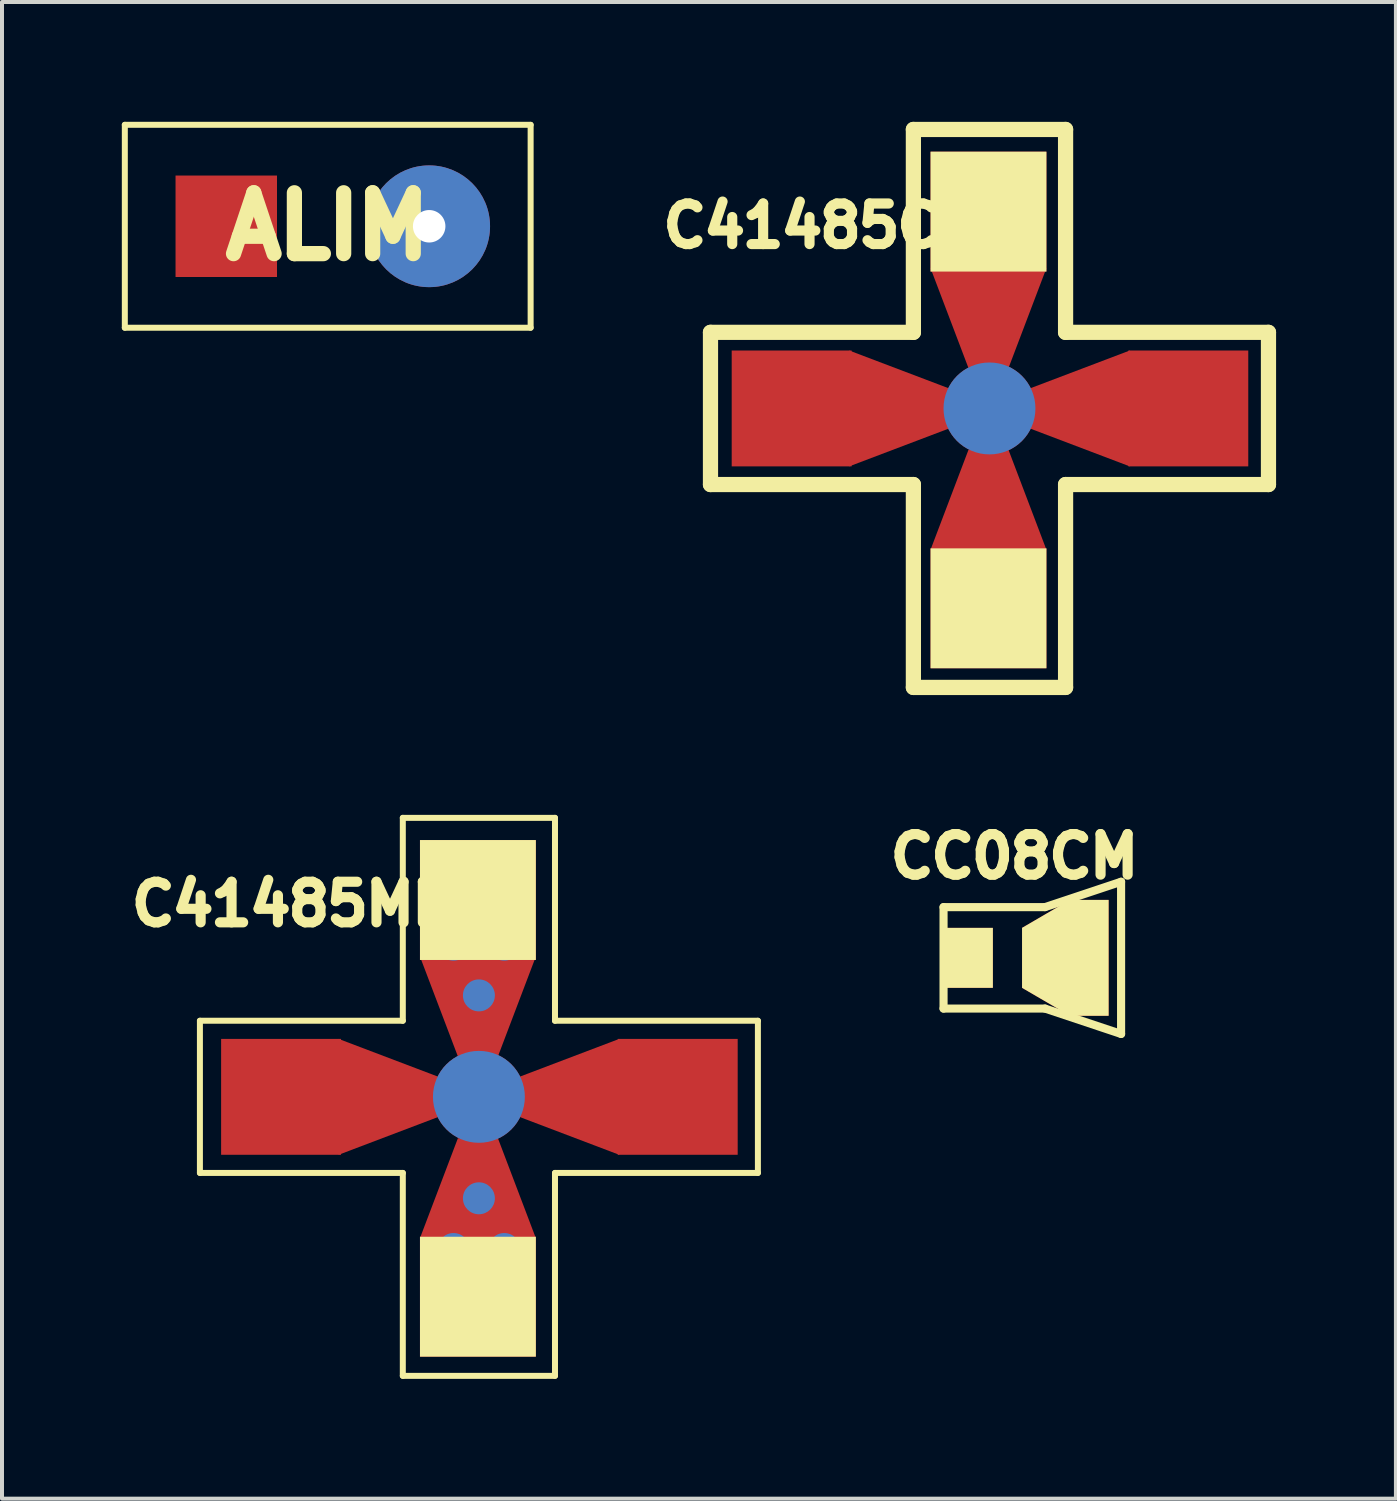
<source format=kicad_pcb>
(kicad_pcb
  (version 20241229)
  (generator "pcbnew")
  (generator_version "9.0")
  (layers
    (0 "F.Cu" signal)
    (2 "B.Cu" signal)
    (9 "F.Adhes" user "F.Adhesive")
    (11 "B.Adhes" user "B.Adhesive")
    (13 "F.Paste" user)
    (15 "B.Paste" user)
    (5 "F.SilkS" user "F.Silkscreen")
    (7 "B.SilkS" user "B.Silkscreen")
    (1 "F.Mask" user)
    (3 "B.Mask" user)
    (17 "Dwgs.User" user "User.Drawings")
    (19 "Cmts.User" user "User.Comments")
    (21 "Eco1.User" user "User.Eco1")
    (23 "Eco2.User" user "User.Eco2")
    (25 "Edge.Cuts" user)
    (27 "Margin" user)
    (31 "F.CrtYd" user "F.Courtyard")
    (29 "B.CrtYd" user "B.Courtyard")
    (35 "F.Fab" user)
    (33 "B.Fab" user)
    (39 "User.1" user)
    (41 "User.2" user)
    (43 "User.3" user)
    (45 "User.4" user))
  (footprint "C41485MM"
    (layer "F.Cu")
    (at 8.94 24.411)
    (property "Reference" "C41485MM" (at -4.572 -4.826 0) (layer "F.SilkS") (effects (font (size 1.016 1.016) (thickness 0.305))))
    (attr through_hole)
    (fp_line (start -6.985 -1.905) (end -6.985 1.905) (stroke (width 0.15) (type solid)) (layer "F.SilkS"))
    (fp_line (start -6.985 1.905) (end -1.905 1.905) (stroke (width 0.15) (type solid)) (layer "F.SilkS"))
    (fp_line (start -1.905 -6.985) (end -1.905 -1.905) (stroke (width 0.15) (type solid)) (layer "F.SilkS"))
    (fp_line (start -1.905 -1.905) (end -6.985 -1.905) (stroke (width 0.15) (type solid)) (layer "F.SilkS"))
    (fp_line (start -1.905 1.905) (end -1.905 6.985) (stroke (width 0.15) (type solid)) (layer "F.SilkS"))
    (fp_line (start -1.905 6.985) (end 1.905 6.985) (stroke (width 0.15) (type solid)) (layer "F.SilkS"))
    (fp_line (start 1.905 -6.985) (end -1.905 -6.985) (stroke (width 0.15) (type solid)) (layer "F.SilkS"))
    (fp_line (start 1.905 -1.905) (end 1.905 -6.985) (stroke (width 0.15) (type solid)) (layer "F.SilkS"))
    (fp_line (start 1.905 1.905) (end 6.985 1.905) (stroke (width 0.15) (type solid)) (layer "F.SilkS"))
    (fp_line (start 1.905 6.985) (end 1.905 1.905) (stroke (width 0.15) (type solid)) (layer "F.SilkS"))
    (fp_line (start 6.985 -1.905) (end 1.905 -1.905) (stroke (width 0.15) (type solid)) (layer "F.SilkS"))
    (fp_line (start 6.985 1.905) (end 6.985 -1.905) (stroke (width 0.15) (type solid)) (layer "F.SilkS"))
    (pad "" thru_hole circle (at 0 0) (size 2.301 2.301) (drill 0.000001) (layers "*.Cu" "*.Mask"))
    (pad "1" smd rect (at -4.953 0) (size 3.002 2.901) (layers "F.Cu" "F.Mask" "F.Paste" "In14.Cu"))
    (pad "1" smd trapezoid (at -2.261 0) (size 2.502 1.951) (rect_delta 0.95 0) (layers "F.Cu" "F.Mask" "F.Paste" "In14.Cu"))
    (pad "2" thru_hole circle (at -0.635 3.81) (size 0.8 0.8) (drill 0.000001) (layers "*.Cu" "*.Mask"))
    (pad "2" smd trapezoid (at -0.025 2.286) (size 1.951 2.502) (rect_delta 0 0.95) (layers "F.Cu" "F.Mask" "F.Paste" "In14.Cu"))
    (pad "2" smd rect (at -0.025 5.004) (size 2.901 3.002) (layers "F.Cu" "F.Mask" "F.SilkS" "F.Paste" "In10.Cu" "In13.Cu" "In14.Cu"))
    (pad "2" thru_hole circle (at 0 2.54) (size 0.8 0.8) (drill 0.000001) (layers "*.Cu" "*.Mask"))
    (pad "2" thru_hole circle (at 0.635 3.81) (size 0.8 0.8) (drill 0.000001) (layers "*.Cu" "*.Mask"))
    (pad "3" smd trapezoid (at 2.261 0) (size 2.502 1.951) (rect_delta -0.95 0) (layers "F.Cu" "F.Mask" "F.Paste" "In14.Cu"))
    (pad "3" smd rect (at 4.978 0) (size 3.002 2.901) (layers "F.Cu" "F.Mask" "F.Paste" "In14.Cu"))
    (pad "4" thru_hole circle (at -0.635 -3.81) (size 0.8 0.8) (drill 0.000001) (layers "*.Cu" "*.Mask"))
    (pad "4" smd rect (at -0.025 -4.928) (size 2.901 3.002) (layers "F.Cu" "F.Mask" "F.SilkS" "F.Paste" "In10.Cu" "In13.Cu" "In14.Cu"))
    (pad "4" smd trapezoid (at -0.025 -2.261) (size 1.951 2.502) (rect_delta 0 -0.95) (layers "F.Cu" "F.Mask" "F.Paste" "In14.Cu"))
    (pad "4" thru_hole circle (at 0 -2.54) (size 0.8 0.8) (drill 0.000001) (layers "*.Cu" "*.Mask"))
    (pad "4" thru_hole circle (at 0.635 -3.81) (size 0.8 0.8) (drill 0.000001) (layers "*.Cu" "*.Mask")))
  (footprint "C41485CC"
    (layer "F.Cu")
    (at 21.723 7.176)
    (property "Reference" "C41485CC" (at -4.191 -4.572 0) (layer "F.SilkS") (effects (font (size 1.016 1.016) (thickness 0.305))))
    (attr through_hole)
    (fp_line (start -6.985 -1.905) (end -6.985 1.905) (stroke (width 0.381) (type solid)) (layer "F.SilkS"))
    (fp_line (start -6.985 1.905) (end -1.905 1.905) (stroke (width 0.381) (type solid)) (layer "F.SilkS"))
    (fp_line (start -1.905 -6.985) (end -1.905 -1.905) (stroke (width 0.381) (type solid)) (layer "F.SilkS"))
    (fp_line (start -1.905 -1.905) (end -6.985 -1.905) (stroke (width 0.381) (type solid)) (layer "F.SilkS"))
    (fp_line (start -1.905 1.905) (end -1.905 6.985) (stroke (width 0.381) (type solid)) (layer "F.SilkS"))
    (fp_line (start -1.905 6.985) (end 1.905 6.985) (stroke (width 0.381) (type solid)) (layer "F.SilkS"))
    (fp_line (start 1.905 -6.985) (end -1.905 -6.985) (stroke (width 0.381) (type solid)) (layer "F.SilkS"))
    (fp_line (start 1.905 -1.905) (end 1.905 -6.985) (stroke (width 0.381) (type solid)) (layer "F.SilkS"))
    (fp_line (start 1.905 1.905) (end 6.985 1.905) (stroke (width 0.381) (type solid)) (layer "F.SilkS"))
    (fp_line (start 1.905 6.985) (end 1.905 1.905) (stroke (width 0.381) (type solid)) (layer "F.SilkS"))
    (fp_line (start 6.985 -1.905) (end 1.905 -1.905) (stroke (width 0.381) (type solid)) (layer "F.SilkS"))
    (fp_line (start 6.985 1.905) (end 6.985 -1.905) (stroke (width 0.381) (type solid)) (layer "F.SilkS"))
    (pad "" thru_hole circle (at 0 0) (size 2.301 2.301) (drill 0.000001) (layers "*.Cu" "*.Mask"))
    (pad "1" smd rect (at -4.953 0) (size 3.002 2.901) (layers "F.Cu" "F.Mask" "F.Paste" "In14.Cu"))
    (pad "1" smd trapezoid (at -2.261 0) (size 2.502 1.951) (rect_delta 0.95 0) (layers "F.Cu" "F.Mask" "F.Paste" "In14.Cu"))
    (pad "2" smd trapezoid (at -0.025 2.286) (size 1.951 2.502) (rect_delta 0 0.95) (layers "F.Cu" "F.Mask" "F.Paste" "In14.Cu"))
    (pad "2" smd rect (at -0.025 5.004) (size 2.901 3.002) (layers "F.Cu" "F.Mask" "F.SilkS" "F.Paste" "In10.Cu" "In13.Cu" "In14.Cu"))
    (pad "3" smd trapezoid (at 2.261 0) (size 2.502 1.951) (rect_delta -0.95 0) (layers "F.Cu" "F.Mask" "F.Paste" "In14.Cu"))
    (pad "3" smd rect (at 4.978 0) (size 3.002 2.901) (layers "F.Cu" "F.Mask" "F.Paste" "In14.Cu"))
    (pad "4" smd rect (at -0.025 -4.928) (size 2.901 3.002) (layers "F.Cu" "F.Mask" "F.SilkS" "F.Paste" "In10.Cu" "In13.Cu" "In14.Cu"))
    (pad "4" smd trapezoid (at -0.025 -2.261) (size 1.951 2.502) (rect_delta 0 -0.95) (layers "F.Cu" "F.Mask" "F.Paste" "In14.Cu")))
  (footprint "ALIM"
    (layer "F.Cu")
    (at 5.155 2.615)
    (property "Reference" "ALIM" (at 0 0 0) (layer "F.SilkS") (effects (font (size 1.524 1.524) (thickness 0.381))))
    (attr through_hole)
    (fp_line (start -5.08 -2.54) (end 5.08 -2.54) (stroke (width 0.15) (type solid)) (layer "F.SilkS"))
    (fp_line (start -5.08 2.54) (end -5.08 -2.54) (stroke (width 0.15) (type solid)) (layer "F.SilkS"))
    (fp_line (start 5.08 -2.54) (end 5.08 2.54) (stroke (width 0.15) (type solid)) (layer "F.SilkS"))
    (fp_line (start 5.08 2.54) (end -5.08 2.54) (stroke (width 0.15) (type solid)) (layer "F.SilkS"))
    (pad "1" smd rect (at -2.54 0) (size 2.54 2.54) (layers "F.Cu" "F.Mask" "F.Paste"))
    (pad "2" thru_hole circle (at 2.54 0) (size 3.048 3.048) (drill 0.813) (layers "*.Cu")))
  (footprint "CC08CM"
    (layer "F.Cu")
    (at 22.478 20.931)
    (property "Reference" "CC08CM" (at -0.127 -2.54 0) (layer "F.SilkS") (effects (font (size 1.016 1.016) (thickness 0.305))))
    (attr through_hole)
    (fp_line (start -1.905 -1.27) (end -1.905 1.27) (stroke (width 0.203) (type solid)) (layer "F.SilkS"))
    (fp_line (start -1.905 1.27) (end 0.635 1.27) (stroke (width 0.203) (type solid)) (layer "F.SilkS"))
    (fp_line (start 0.635 -1.27) (end -1.905 -1.27) (stroke (width 0.203) (type solid)) (layer "F.SilkS"))
    (fp_line (start 0.635 1.27) (end 2.54 1.905) (stroke (width 0.203) (type solid)) (layer "F.SilkS"))
    (fp_line (start 2.54 -1.905) (end 0.635 -1.27) (stroke (width 0.203) (type solid)) (layer "F.SilkS"))
    (fp_line (start 2.54 1.905) (end 2.54 -1.905) (stroke (width 0.203) (type solid)) (layer "F.SilkS"))
    (pad "1" smd rect (at -1.27 0) (size 1.199 1.501) (layers "F.Cu" "F.Mask" "F.SilkS" "F.Paste"))
    (pad "2" smd trapezoid (at 0.66 0) (size 1.199 2.2) (rect_delta -0.699 0) (layers "F.Cu" "F.Mask" "F.SilkS" "F.Paste"))
    (pad "2" thru_hole circle (at 1.702 -0.737) (size 0.8 0.8) (drill 0.000001) (layers "*.Cu" "*.Mask"))
    (pad "2" thru_hole circle (at 1.702 0.686) (size 0.8 0.8) (drill 0.000001) (layers "*.Cu" "*.Mask"))
    (pad "2" smd rect (at 1.727 0) (size 1.001 2.901) (layers "F.Cu" "F.Mask" "F.SilkS" "F.Paste")))
  (gr_rect
    (start -3 -3)
    (end 31.899 34.471)
    (stroke (width 0.1) (type default))
    (fill no)
    (layer "Edge.Cuts")))
</source>
